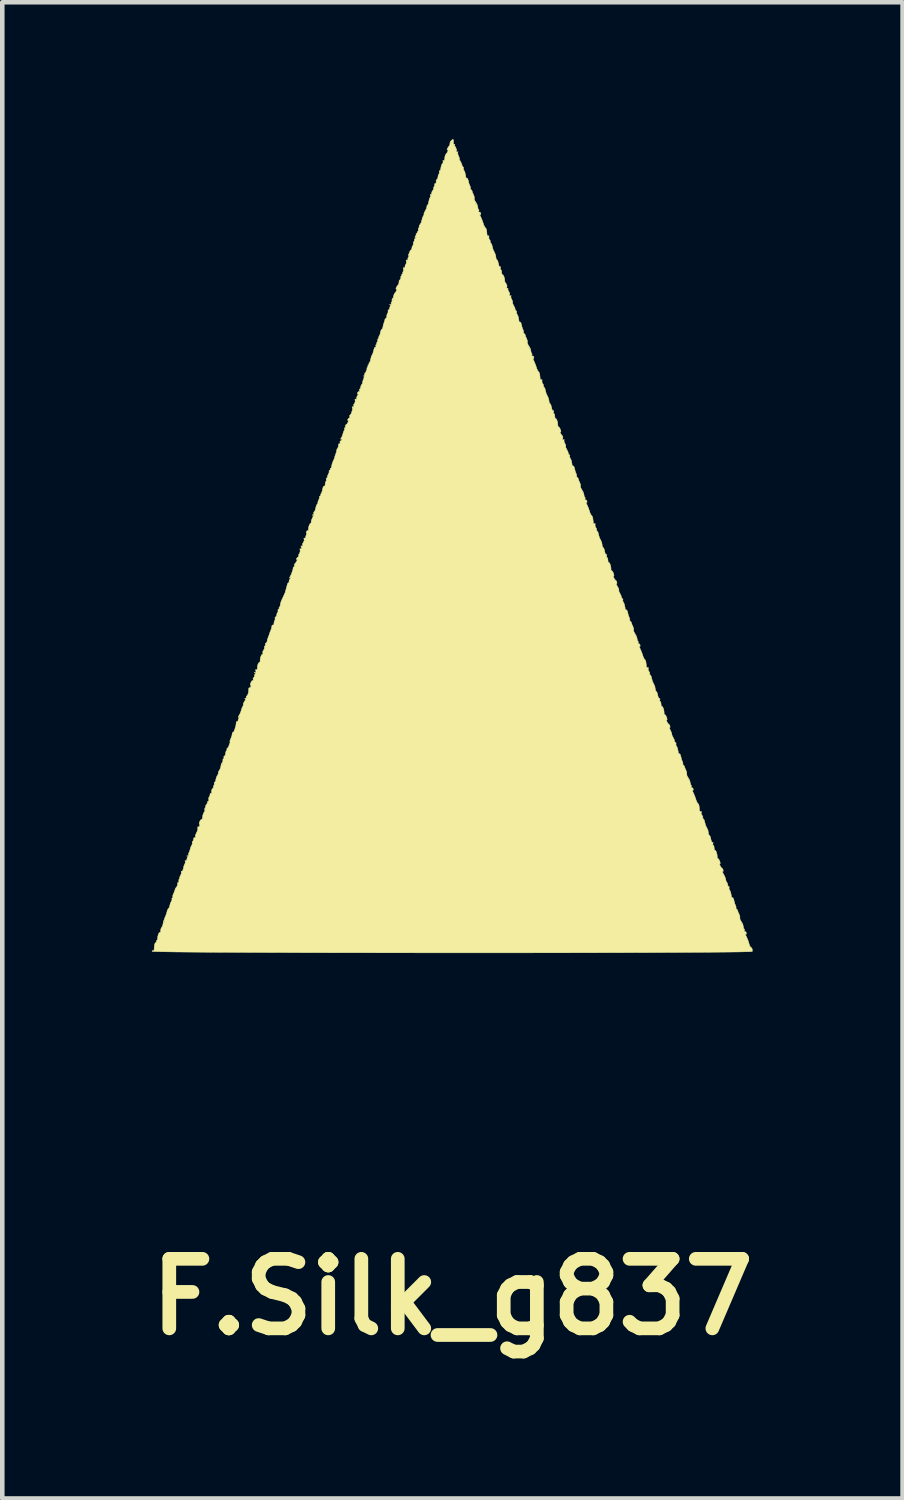
<source format=kicad_pcb>
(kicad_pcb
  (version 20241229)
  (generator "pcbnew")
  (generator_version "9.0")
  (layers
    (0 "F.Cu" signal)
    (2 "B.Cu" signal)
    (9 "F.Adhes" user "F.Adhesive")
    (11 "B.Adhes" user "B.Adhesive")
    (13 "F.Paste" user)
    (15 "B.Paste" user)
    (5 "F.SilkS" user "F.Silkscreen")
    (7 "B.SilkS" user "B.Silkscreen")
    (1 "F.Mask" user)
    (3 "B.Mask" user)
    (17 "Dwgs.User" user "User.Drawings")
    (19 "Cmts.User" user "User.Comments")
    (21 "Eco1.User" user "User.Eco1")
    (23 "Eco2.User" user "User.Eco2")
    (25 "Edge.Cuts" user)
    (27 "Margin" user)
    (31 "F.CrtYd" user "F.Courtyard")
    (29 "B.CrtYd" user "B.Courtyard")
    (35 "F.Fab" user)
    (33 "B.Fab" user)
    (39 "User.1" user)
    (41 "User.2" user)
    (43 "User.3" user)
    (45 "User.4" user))
  (footprint "F.Silk_g837"
    (layer "F.Cu")
    (at 6.865 25.373)
    (property "Reference" "F.Silk_g837" (at 0 0 0) (layer "F.SilkS") (effects (font (size 1.524 1.524) (thickness 0.3))))
    (attr through_hole)
    (fp_poly (pts (xy -5.8 -9.663) (xy -5.81 -9.652) (xy -5.821 -9.663) (xy -5.81 -9.673) (xy -5.8 -9.663)) (stroke (width 0.01) (type solid)) (fill yes) (layer "F.SilkS"))
    (fp_poly (pts (xy -4.53 -13.113) (xy -4.54 -13.102) (xy -4.551 -13.113) (xy -4.54 -13.123) (xy -4.53 -13.113)) (stroke (width 0.01) (type solid)) (fill yes) (layer "F.SilkS"))
    (fp_poly (pts (xy -4.318 -13.684) (xy -4.329 -13.674) (xy -4.339 -13.684) (xy -4.329 -13.695) (xy -4.318 -13.684)) (stroke (width 0.01) (type solid)) (fill yes) (layer "F.SilkS"))
    (fp_poly (pts (xy -3.048 -17.134) (xy -3.059 -17.124) (xy -3.069 -17.134) (xy -3.059 -17.145) (xy -3.048 -17.134)) (stroke (width 0.01) (type solid)) (fill yes) (layer "F.SilkS"))
    (fp_poly (pts (xy -2.349 -19.039) (xy -2.36 -19.029) (xy -2.371 -19.039) (xy -2.36 -19.05) (xy -2.349 -19.039)) (stroke (width 0.01) (type solid)) (fill yes) (layer "F.SilkS"))
    (fp_poly (pts (xy -1.926 -20.182) (xy -1.937 -20.172) (xy -1.947 -20.182) (xy -1.937 -20.193) (xy -1.926 -20.182)) (stroke (width 0.01) (type solid)) (fill yes) (layer "F.SilkS"))
    (fp_poly (pts (xy -1.355 -21.749) (xy -1.365 -21.738) (xy -1.376 -21.749) (xy -1.365 -21.759) (xy -1.355 -21.749)) (stroke (width 0.01) (type solid)) (fill yes) (layer "F.SilkS"))
    (fp_poly (pts (xy 0.023 -25.359) (xy 0.024 -25.313) (xy 0.022 -25.287) (xy 0.027 -25.26) (xy 0.04 -25.261) (xy 0.054 -25.26) (xy 0.05 -25.242) (xy 0.051 -25.215) (xy 0.062 -25.209) (xy 0.077 -25.197) (xy 0.074 -25.188) (xy 0.075 -25.169) (xy 0.081 -25.167) (xy 0.093 -25.15) (xy 0.09 -25.122) (xy 0.087 -25.09) (xy 0.104 -25.092) (xy 0.106 -25.093) (xy 0.124 -25.099) (xy 0.119 -25.086) (xy 0.117 -25.051) (xy 0.131 -25.014) (xy 0.149 -24.971) (xy 0.152 -24.948) (xy 0.158 -24.918) (xy 0.179 -24.88) (xy 0.204 -24.831) (xy 0.212 -24.797) (xy 0.224 -24.769) (xy 0.234 -24.765) (xy 0.246 -24.752) (xy 0.243 -24.743) (xy 0.243 -24.71) (xy 0.252 -24.694) (xy 0.275 -24.644) (xy 0.291 -24.571) (xy 0.295 -24.536) (xy 0.307 -24.518) (xy 0.316 -24.521) (xy 0.332 -24.511) (xy 0.347 -24.47) (xy 0.351 -24.453) (xy 0.365 -24.394) (xy 0.383 -24.352) (xy 0.386 -24.348) (xy 0.397 -24.314) (xy 0.393 -24.302) (xy 0.396 -24.278) (xy 0.403 -24.274) (xy 0.427 -24.249) (xy 0.431 -24.235) (xy 0.445 -24.193) (xy 0.463 -24.155) (xy 0.48 -24.107) (xy 0.479 -24.077) (xy 0.483 -24.042) (xy 0.509 -23.996) (xy 0.512 -23.992) (xy 0.543 -23.938) (xy 0.556 -23.885) (xy 0.562 -23.846) (xy 0.573 -23.834) (xy 0.582 -23.818) (xy 0.578 -23.798) (xy 0.575 -23.775) (xy 0.587 -23.777) (xy 0.609 -23.771) (xy 0.62 -23.749) (xy 0.621 -23.72) (xy 0.609 -23.72) (xy 0.596 -23.721) (xy 0.599 -23.713) (xy 0.616 -23.681) (xy 0.638 -23.629) (xy 0.658 -23.581) (xy 0.666 -23.558) (xy 0.689 -23.489) (xy 0.714 -23.441) (xy 0.725 -23.429) (xy 0.74 -23.41) (xy 0.75 -23.371) (xy 0.757 -23.302) (xy 0.759 -23.277) (xy 0.771 -23.251) (xy 0.787 -23.254) (xy 0.803 -23.255) (xy 0.798 -23.235) (xy 0.801 -23.192) (xy 0.815 -23.17) (xy 0.833 -23.14) (xy 0.83 -23.126) (xy 0.832 -23.105) (xy 0.842 -23.096) (xy 0.863 -23.065) (xy 0.875 -23.015) (xy 0.893 -22.95) (xy 0.918 -22.9) (xy 0.944 -22.841) (xy 0.953 -22.792) (xy 0.959 -22.749) (xy 0.973 -22.733) (xy 0.99 -22.714) (xy 1.004 -22.668) (xy 1.008 -22.649) (xy 1.021 -22.597) (xy 1.038 -22.577) (xy 1.043 -22.578) (xy 1.056 -22.574) (xy 1.053 -22.546) (xy 1.051 -22.515) (xy 1.06 -22.512) (xy 1.073 -22.502) (xy 1.079 -22.463) (xy 1.079 -22.458) (xy 1.085 -22.416) (xy 1.098 -22.403) (xy 1.099 -22.404) (xy 1.114 -22.393) (xy 1.131 -22.357) (xy 1.144 -22.311) (xy 1.148 -22.27) (xy 1.147 -22.261) (xy 1.156 -22.234) (xy 1.175 -22.211) (xy 1.197 -22.163) (xy 1.194 -22.135) (xy 1.191 -22.106) (xy 1.204 -22.107) (xy 1.219 -22.106) (xy 1.216 -22.092) (xy 1.221 -22.055) (xy 1.235 -22.037) (xy 1.256 -21.996) (xy 1.254 -21.967) (xy 1.251 -21.936) (xy 1.269 -21.939) (xy 1.27 -21.939) (xy 1.288 -21.945) (xy 1.283 -21.933) (xy 1.283 -21.899) (xy 1.301 -21.859) (xy 1.32 -21.818) (xy 1.32 -21.795) (xy 1.321 -21.77) (xy 1.341 -21.729) (xy 1.367 -21.68) (xy 1.376 -21.644) (xy 1.388 -21.615) (xy 1.398 -21.611) (xy 1.411 -21.598) (xy 1.407 -21.589) (xy 1.407 -21.556) (xy 1.416 -21.54) (xy 1.44 -21.491) (xy 1.456 -21.417) (xy 1.459 -21.382) (xy 1.472 -21.364) (xy 1.481 -21.367) (xy 1.497 -21.357) (xy 1.512 -21.316) (xy 1.515 -21.3) (xy 1.53 -21.241) (xy 1.547 -21.198) (xy 1.55 -21.194) (xy 1.561 -21.16) (xy 1.557 -21.148) (xy 1.56 -21.124) (xy 1.567 -21.12) (xy 1.591 -21.096) (xy 1.595 -21.082) (xy 1.609 -21.039) (xy 1.627 -21.001) (xy 1.644 -20.954) (xy 1.643 -20.923) (xy 1.648 -20.888) (xy 1.673 -20.842) (xy 1.676 -20.839) (xy 1.707 -20.784) (xy 1.72 -20.731) (xy 1.726 -20.692) (xy 1.738 -20.68) (xy 1.746 -20.664) (xy 1.742 -20.645) (xy 1.739 -20.621) (xy 1.751 -20.623) (xy 1.773 -20.618) (xy 1.784 -20.595) (xy 1.785 -20.566) (xy 1.773 -20.567) (xy 1.76 -20.567) (xy 1.764 -20.559) (xy 1.78 -20.527) (xy 1.802 -20.476) (xy 1.822 -20.427) (xy 1.83 -20.405) (xy 1.853 -20.335) (xy 1.878 -20.287) (xy 1.889 -20.275) (xy 1.904 -20.256) (xy 1.914 -20.217) (xy 1.922 -20.148) (xy 1.923 -20.123) (xy 1.936 -20.097) (xy 1.951 -20.1) (xy 1.967 -20.101) (xy 1.962 -20.081) (xy 1.965 -20.039) (xy 1.979 -20.016) (xy 1.997 -19.986) (xy 1.995 -19.972) (xy 1.996 -19.951) (xy 2.006 -19.942) (xy 2.027 -19.911) (xy 2.039 -19.861) (xy 2.057 -19.796) (xy 2.082 -19.746) (xy 2.108 -19.687) (xy 2.117 -19.638) (xy 2.123 -19.595) (xy 2.138 -19.579) (xy 2.154 -19.56) (xy 2.168 -19.514) (xy 2.172 -19.495) (xy 2.185 -19.443) (xy 2.202 -19.423) (xy 2.207 -19.424) (xy 2.221 -19.42) (xy 2.217 -19.392) (xy 2.215 -19.361) (xy 2.224 -19.358) (xy 2.238 -19.348) (xy 2.244 -19.309) (xy 2.244 -19.304) (xy 2.249 -19.262) (xy 2.262 -19.249) (xy 2.263 -19.25) (xy 2.279 -19.24) (xy 2.295 -19.203) (xy 2.308 -19.154) (xy 2.311 -19.108) (xy 2.31 -19.098) (xy 2.318 -19.073) (xy 2.325 -19.071) (xy 2.345 -19.053) (xy 2.367 -19.01) (xy 2.368 -19.007) (xy 2.379 -18.964) (xy 2.372 -18.955) (xy 2.368 -18.957) (xy 2.357 -18.955) (xy 2.369 -18.927) (xy 2.395 -18.887) (xy 2.411 -18.871) (xy 2.422 -18.844) (xy 2.418 -18.814) (xy 2.415 -18.782) (xy 2.433 -18.784) (xy 2.434 -18.785) (xy 2.452 -18.791) (xy 2.447 -18.779) (xy 2.447 -18.745) (xy 2.465 -18.705) (xy 2.485 -18.665) (xy 2.484 -18.642) (xy 2.485 -18.616) (xy 2.505 -18.575) (xy 2.531 -18.526) (xy 2.54 -18.49) (xy 2.552 -18.461) (xy 2.562 -18.457) (xy 2.575 -18.444) (xy 2.571 -18.435) (xy 2.571 -18.402) (xy 2.58 -18.386) (xy 2.604 -18.337) (xy 2.62 -18.263) (xy 2.623 -18.229) (xy 2.636 -18.211) (xy 2.645 -18.213) (xy 2.661 -18.203) (xy 2.676 -18.162) (xy 2.679 -18.146) (xy 2.694 -18.087) (xy 2.711 -18.045) (xy 2.714 -18.04) (xy 2.725 -18.006) (xy 2.722 -17.994) (xy 2.725 -17.97) (xy 2.732 -17.967) (xy 2.755 -17.942) (xy 2.759 -17.928) (xy 2.773 -17.886) (xy 2.791 -17.847) (xy 2.808 -17.8) (xy 2.807 -17.769) (xy 2.812 -17.734) (xy 2.838 -17.688) (xy 2.84 -17.685) (xy 2.871 -17.63) (xy 2.884 -17.578) (xy 2.89 -17.538) (xy 2.902 -17.526) (xy 2.911 -17.51) (xy 2.906 -17.491) (xy 2.903 -17.467) (xy 2.915 -17.469) (xy 2.937 -17.464) (xy 2.948 -17.441) (xy 2.95 -17.412) (xy 2.937 -17.413) (xy 2.924 -17.413) (xy 2.928 -17.405) (xy 2.944 -17.373) (xy 2.967 -17.322) (xy 2.987 -17.273) (xy 2.994 -17.251) (xy 3.017 -17.181) (xy 3.042 -17.133) (xy 3.054 -17.121) (xy 3.068 -17.102) (xy 3.078 -17.063) (xy 3.086 -16.994) (xy 3.088 -16.969) (xy 3.1 -16.943) (xy 3.115 -16.946) (xy 3.131 -16.947) (xy 3.127 -16.927) (xy 3.129 -16.885) (xy 3.143 -16.862) (xy 3.161 -16.832) (xy 3.159 -16.818) (xy 3.16 -16.797) (xy 3.17 -16.788) (xy 3.191 -16.757) (xy 3.204 -16.707) (xy 3.221 -16.642) (xy 3.246 -16.593) (xy 3.273 -16.534) (xy 3.281 -16.484) (xy 3.287 -16.442) (xy 3.302 -16.425) (xy 3.318 -16.407) (xy 3.333 -16.36) (xy 3.336 -16.341) (xy 3.35 -16.289) (xy 3.367 -16.269) (xy 3.371 -16.27) (xy 3.385 -16.266) (xy 3.381 -16.238) (xy 3.379 -16.207) (xy 3.389 -16.204) (xy 3.402 -16.195) (xy 3.408 -16.155) (xy 3.408 -16.15) (xy 3.413 -16.108) (xy 3.426 -16.095) (xy 3.427 -16.096) (xy 3.443 -16.086) (xy 3.459 -16.049) (xy 3.472 -16) (xy 3.476 -15.955) (xy 3.474 -15.944) (xy 3.482 -15.919) (xy 3.49 -15.917) (xy 3.51 -15.9) (xy 3.531 -15.856) (xy 3.532 -15.853) (xy 3.542 -15.811) (xy 3.535 -15.801) (xy 3.534 -15.802) (xy 3.527 -15.795) (xy 3.538 -15.761) (xy 3.538 -15.76) (xy 3.561 -15.721) (xy 3.578 -15.706) (xy 3.595 -15.688) (xy 3.604 -15.663) (xy 3.606 -15.634) (xy 3.592 -15.635) (xy 3.588 -15.629) (xy 3.603 -15.596) (xy 3.615 -15.575) (xy 3.641 -15.526) (xy 3.65 -15.493) (xy 3.648 -15.487) (xy 3.649 -15.462) (xy 3.67 -15.421) (xy 3.695 -15.372) (xy 3.704 -15.336) (xy 3.716 -15.307) (xy 3.727 -15.303) (xy 3.739 -15.29) (xy 3.735 -15.281) (xy 3.735 -15.248) (xy 3.744 -15.232) (xy 3.768 -15.183) (xy 3.784 -15.109) (xy 3.787 -15.075) (xy 3.8 -15.057) (xy 3.809 -15.059) (xy 3.825 -15.049) (xy 3.84 -15.009) (xy 3.843 -14.992) (xy 3.858 -14.933) (xy 3.875 -14.891) (xy 3.878 -14.886) (xy 3.889 -14.852) (xy 3.886 -14.841) (xy 3.889 -14.817) (xy 3.896 -14.813) (xy 3.919 -14.788) (xy 3.923 -14.774) (xy 3.937 -14.732) (xy 3.956 -14.693) (xy 3.972 -14.646) (xy 3.972 -14.615) (xy 3.976 -14.58) (xy 4.002 -14.534) (xy 4.004 -14.531) (xy 4.035 -14.476) (xy 4.048 -14.424) (xy 4.054 -14.385) (xy 4.066 -14.372) (xy 4.075 -14.356) (xy 4.07 -14.337) (xy 4.068 -14.313) (xy 4.079 -14.316) (xy 4.101 -14.31) (xy 4.113 -14.287) (xy 4.114 -14.258) (xy 4.101 -14.259) (xy 4.088 -14.26) (xy 4.092 -14.251) (xy 4.108 -14.219) (xy 4.131 -14.168) (xy 4.151 -14.119) (xy 4.159 -14.097) (xy 4.182 -14.027) (xy 4.206 -13.979) (xy 4.218 -13.967) (xy 4.232 -13.949) (xy 4.242 -13.91) (xy 4.25 -13.841) (xy 4.252 -13.815) (xy 4.264 -13.789) (xy 4.279 -13.792) (xy 4.295 -13.793) (xy 4.291 -13.773) (xy 4.293 -13.731) (xy 4.307 -13.709) (xy 4.326 -13.678) (xy 4.323 -13.664) (xy 4.324 -13.643) (xy 4.334 -13.634) (xy 4.355 -13.603) (xy 4.368 -13.553) (xy 4.385 -13.488) (xy 4.41 -13.439) (xy 4.437 -13.38) (xy 4.445 -13.33) (xy 4.452 -13.288) (xy 4.466 -13.271) (xy 4.482 -13.253) (xy 4.497 -13.206) (xy 4.5 -13.187) (xy 4.514 -13.135) (xy 4.531 -13.115) (xy 4.536 -13.116) (xy 4.549 -13.112) (xy 4.546 -13.084) (xy 4.543 -13.054) (xy 4.553 -13.05) (xy 4.566 -13.041) (xy 4.572 -13.001) (xy 4.572 -12.996) (xy 4.577 -12.955) (xy 4.59 -12.942) (xy 4.591 -12.942) (xy 4.607 -12.932) (xy 4.624 -12.896) (xy 4.636 -12.847) (xy 4.64 -12.801) (xy 4.639 -12.79) (xy 4.646 -12.766) (xy 4.654 -12.764) (xy 4.674 -12.746) (xy 4.695 -12.702) (xy 4.696 -12.699) (xy 4.707 -12.657) (xy 4.7 -12.647) (xy 4.698 -12.648) (xy 4.691 -12.641) (xy 4.702 -12.607) (xy 4.702 -12.606) (xy 4.725 -12.567) (xy 4.742 -12.552) (xy 4.759 -12.534) (xy 4.769 -12.509) (xy 4.77 -12.481) (xy 4.759 -12.48) (xy 4.754 -12.472) (xy 4.768 -12.438) (xy 4.776 -12.422) (xy 4.799 -12.371) (xy 4.809 -12.336) (xy 4.808 -12.332) (xy 4.815 -12.303) (xy 4.836 -12.264) (xy 4.86 -12.216) (xy 4.868 -12.182) (xy 4.88 -12.154) (xy 4.891 -12.15) (xy 4.903 -12.137) (xy 4.9 -12.128) (xy 4.899 -12.094) (xy 4.908 -12.078) (xy 4.932 -12.029) (xy 4.948 -11.956) (xy 4.951 -11.921) (xy 4.964 -11.903) (xy 4.973 -11.906) (xy 4.989 -11.895) (xy 5.004 -11.855) (xy 5.008 -11.838) (xy 5.022 -11.779) (xy 5.039 -11.737) (xy 5.042 -11.733) (xy 5.053 -11.698) (xy 5.05 -11.687) (xy 5.053 -11.663) (xy 5.06 -11.659) (xy 5.083 -11.634) (xy 5.087 -11.62) (xy 5.101 -11.578) (xy 5.12 -11.539) (xy 5.136 -11.492) (xy 5.136 -11.461) (xy 5.14 -11.426) (xy 5.166 -11.38) (xy 5.168 -11.377) (xy 5.2 -11.322) (xy 5.212 -11.27) (xy 5.219 -11.231) (xy 5.23 -11.218) (xy 5.239 -11.202) (xy 5.234 -11.183) (xy 5.232 -11.159) (xy 5.243 -11.162) (xy 5.265 -11.156) (xy 5.277 -11.133) (xy 5.278 -11.104) (xy 5.265 -11.105) (xy 5.252 -11.106) (xy 5.256 -11.098) (xy 5.272 -11.065) (xy 5.295 -11.014) (xy 5.315 -10.965) (xy 5.323 -10.943) (xy 5.346 -10.874) (xy 5.37 -10.825) (xy 5.382 -10.813) (xy 5.397 -10.795) (xy 5.407 -10.756) (xy 5.414 -10.687) (xy 5.416 -10.661) (xy 5.428 -10.636) (xy 5.443 -10.638) (xy 5.459 -10.639) (xy 5.455 -10.619) (xy 5.457 -10.577) (xy 5.471 -10.555) (xy 5.49 -10.524) (xy 5.487 -10.511) (xy 5.488 -10.489) (xy 5.499 -10.48) (xy 5.519 -10.45) (xy 5.532 -10.4) (xy 5.549 -10.334) (xy 5.574 -10.285) (xy 5.601 -10.226) (xy 5.609 -10.176) (xy 5.616 -10.134) (xy 5.63 -10.118) (xy 5.646 -10.099) (xy 5.661 -10.052) (xy 5.664 -10.033) (xy 5.678 -9.981) (xy 5.695 -9.961) (xy 5.7 -9.963) (xy 5.713 -9.958) (xy 5.71 -9.93) (xy 5.707 -9.9) (xy 5.717 -9.897) (xy 5.73 -9.887) (xy 5.736 -9.847) (xy 5.736 -9.842) (xy 5.741 -9.801) (xy 5.754 -9.788) (xy 5.756 -9.789) (xy 5.771 -9.779) (xy 5.788 -9.742) (xy 5.8 -9.693) (xy 5.804 -9.647) (xy 5.803 -9.636) (xy 5.81 -9.612) (xy 5.818 -9.61) (xy 5.838 -9.592) (xy 5.859 -9.549) (xy 5.86 -9.545) (xy 5.871 -9.504) (xy 5.864 -9.493) (xy 5.862 -9.494) (xy 5.855 -9.487) (xy 5.866 -9.453) (xy 5.866 -9.452) (xy 5.889 -9.413) (xy 5.906 -9.398) (xy 5.923 -9.38) (xy 5.933 -9.356) (xy 5.934 -9.326) (xy 5.92 -9.328) (xy 5.915 -9.321) (xy 5.93 -9.287) (xy 5.943 -9.263) (xy 5.973 -9.205) (xy 5.989 -9.155) (xy 5.99 -9.144) (xy 6 -9.104) (xy 6.011 -9.091) (xy 6.029 -9.061) (xy 6.032 -9.037) (xy 6.042 -9.003) (xy 6.055 -8.996) (xy 6.067 -8.983) (xy 6.064 -8.974) (xy 6.063 -8.94) (xy 6.073 -8.924) (xy 6.096 -8.875) (xy 6.112 -8.802) (xy 6.116 -8.767) (xy 6.128 -8.749) (xy 6.137 -8.752) (xy 6.153 -8.742) (xy 6.168 -8.701) (xy 6.172 -8.684) (xy 6.186 -8.625) (xy 6.203 -8.583) (xy 6.206 -8.579) (xy 6.218 -8.545) (xy 6.214 -8.533) (xy 6.217 -8.509) (xy 6.224 -8.505) (xy 6.247 -8.48) (xy 6.252 -8.466) (xy 6.265 -8.424) (xy 6.284 -8.386) (xy 6.301 -8.338) (xy 6.3 -8.308) (xy 6.304 -8.273) (xy 6.33 -8.227) (xy 6.333 -8.223) (xy 6.364 -8.169) (xy 6.376 -8.116) (xy 6.383 -8.077) (xy 6.394 -8.065) (xy 6.403 -8.049) (xy 6.399 -8.029) (xy 6.396 -8.005) (xy 6.407 -8.008) (xy 6.43 -8.002) (xy 6.441 -7.98) (xy 6.442 -7.95) (xy 6.429 -7.951) (xy 6.417 -7.952) (xy 6.42 -7.944) (xy 6.437 -7.91) (xy 6.459 -7.861) (xy 6.478 -7.814) (xy 6.489 -7.784) (xy 6.5 -7.746) (xy 6.507 -7.721) (xy 6.524 -7.679) (xy 6.541 -7.662) (xy 6.562 -7.645) (xy 6.574 -7.606) (xy 6.571 -7.571) (xy 6.549 -7.568) (xy 6.487 -7.565) (xy 6.386 -7.563) (xy 6.249 -7.56) (xy 6.077 -7.558) (xy 5.874 -7.556) (xy 5.639 -7.554) (xy 5.376 -7.552) (xy 5.087 -7.55) (xy 4.772 -7.549) (xy 4.435 -7.547) (xy 4.078 -7.546) (xy 3.701 -7.545) (xy 3.308 -7.544) (xy 2.9 -7.543) (xy 2.48 -7.542) (xy 2.048 -7.542) (xy 1.607 -7.541) (xy 1.159 -7.541) (xy 0.707 -7.541) (xy 0.251 -7.541) (xy -0.206 -7.541) (xy -0.662 -7.541) (xy -1.115 -7.542) (xy -1.564 -7.542) (xy -2.005 -7.543) (xy -2.438 -7.543) (xy -2.861 -7.544) (xy -3.27 -7.545) (xy -3.665 -7.547) (xy -4.044 -7.548) (xy -4.404 -7.549) (xy -4.744 -7.551) (xy -5.061 -7.552) (xy -5.353 -7.554) (xy -5.62 -7.556) (xy -5.858 -7.558) (xy -6.066 -7.56) (xy -6.241 -7.563) (xy -6.383 -7.565) (xy -6.488 -7.568) (xy -6.555 -7.57) (xy -6.582 -7.573) (xy -6.583 -7.574) (xy -6.571 -7.591) (xy -6.562 -7.588) (xy -6.542 -7.592) (xy -6.539 -7.603) (xy -6.533 -7.684) (xy -6.525 -7.732) (xy -6.514 -7.756) (xy -6.502 -7.763) (xy -6.486 -7.783) (xy -6.489 -7.791) (xy -6.487 -7.809) (xy -6.481 -7.811) (xy -6.465 -7.828) (xy -6.462 -7.848) (xy -6.457 -7.901) (xy -6.443 -7.951) (xy -6.424 -7.984) (xy -6.41 -7.988) (xy -6.396 -7.994) (xy -6.396 -8.017) (xy -6.389 -8.067) (xy -6.375 -8.091) (xy -6.35 -8.139) (xy -6.342 -8.174) (xy -6.341 -8.181) (xy 6.329 -8.181) (xy 6.339 -8.17) (xy 6.35 -8.181) (xy 6.339 -8.191) (xy 6.329 -8.181) (xy -6.341 -8.181) (xy -6.332 -8.223) (xy -6.329 -8.223) (xy -6.318 -8.213) (xy -6.308 -8.223) (xy -6.318 -8.234) (xy -6.329 -8.223) (xy -6.332 -8.223) (xy -6.331 -8.23) (xy -6.308 -8.296) (xy -6.281 -8.361) (xy -6.261 -8.416) (xy -6.253 -8.453) (xy -6.238 -8.494) (xy -6.225 -8.508) (xy -6.204 -8.539) (xy -6.194 -8.578) (xy -6.179 -8.633) (xy -6.161 -8.666) (xy -6.145 -8.702) (xy -6.148 -8.72) (xy -6.147 -8.74) (xy -6.138 -8.742) (xy -6.124 -8.755) (xy -6.127 -8.762) (xy -6.129 -8.795) (xy -6.119 -8.82) (xy -6.09 -8.889) (xy -6.072 -8.948) (xy -6.054 -8.975) (xy -6.04 -8.991) (xy -6.023 -9.03) (xy -6.025 -9.049) (xy -6.023 -9.076) (xy -6.011 -9.081) (xy -5.995 -9.096) (xy -5.997 -9.11) (xy -5.994 -9.149) (xy -5.984 -9.163) (xy -5.972 -9.183) (xy -5.977 -9.186) (xy -5.978 -9.201) (xy -5.961 -9.231) (xy -5.942 -9.277) (xy -5.942 -9.309) (xy -5.944 -9.33) (xy -5.932 -9.327) (xy -5.914 -9.336) (xy -5.898 -9.382) (xy -5.895 -9.398) (xy -5.882 -9.454) (xy -5.866 -9.49) (xy -5.862 -9.494) (xy -5.853 -9.52) (xy -5.857 -9.54) (xy -5.86 -9.563) (xy -5.846 -9.559) (xy -5.825 -9.561) (xy -5.821 -9.586) (xy -5.811 -9.628) (xy -5.798 -9.642) (xy -5.784 -9.671) (xy -5.786 -9.683) (xy -5.784 -9.72) (xy -5.778 -9.729) (xy -5.761 -9.762) (xy -5.749 -9.807) (xy -5.733 -9.862) (xy -5.714 -9.896) (xy -5.7 -9.931) (xy -5.703 -9.946) (xy -5.701 -9.974) (xy -5.694 -9.98) (xy -5.676 -10.01) (xy -5.673 -10.035) (xy -5.664 -10.065) (xy -5.648 -10.063) (xy -5.632 -10.061) (xy -5.635 -10.079) (xy -5.633 -10.118) (xy -5.611 -10.168) (xy -5.608 -10.173) (xy -5.583 -10.228) (xy -5.58 -10.273) (xy -5.58 -10.274) (xy -5.582 -10.301) (xy -5.572 -10.3) (xy -5.55 -10.307) (xy -5.539 -10.33) (xy -5.537 -10.359) (xy -5.546 -10.361) (xy -5.551 -10.37) (xy -5.542 -10.407) (xy -5.54 -10.413) (xy -5.519 -10.452) (xy -5.5 -10.465) (xy -5.499 -10.464) (xy -5.483 -10.471) (xy -5.481 -10.482) (xy -5.47 -10.556) (xy -5.451 -10.61) (xy -5.437 -10.628) (xy -5.424 -10.655) (xy -5.428 -10.667) (xy -5.429 -10.7) (xy -5.419 -10.7) (xy -5.408 -10.689) (xy -5.397 -10.7) (xy -5.408 -10.71) (xy -5.419 -10.7) (xy -5.429 -10.7) (xy -5.429 -10.701) (xy -5.418 -10.722) (xy -5.404 -10.747) (xy -5.409 -10.753) (xy -5.409 -10.766) (xy -5.39 -10.791) (xy -5.369 -10.826) (xy -5.369 -10.844) (xy -5.367 -10.857) (xy -5.356 -10.858) (xy -5.338 -10.875) (xy -5.34 -10.901) (xy -5.341 -10.94) (xy -5.332 -10.955) (xy -5.316 -10.984) (xy -5.313 -11.009) (xy -5.304 -11.038) (xy -5.289 -11.037) (xy -5.275 -11.039) (xy -5.279 -11.065) (xy -5.276 -11.113) (xy -5.261 -11.133) (xy -5.239 -11.162) (xy -5.239 -11.177) (xy -5.235 -11.202) (xy -5.229 -11.207) (xy -5.218 -11.235) (xy -5.221 -11.251) (xy -5.219 -11.278) (xy -5.209 -11.282) (xy -5.191 -11.3) (xy -5.186 -11.33) (xy -5.185 -11.335) (xy 5.165 -11.335) (xy 5.175 -11.324) (xy 5.186 -11.335) (xy 5.175 -11.345) (xy 5.165 -11.335) (xy -5.185 -11.335) (xy -5.174 -11.384) (xy -5.152 -11.427) (xy -5.131 -11.466) (xy -5.131 -11.488) (xy -5.128 -11.511) (xy -5.109 -11.539) (xy -5.082 -11.59) (xy -5.075 -11.63) (xy -5.066 -11.673) (xy -5.059 -11.673) (xy -5.048 -11.663) (xy -5.038 -11.673) (xy -5.048 -11.684) (xy -5.059 -11.673) (xy -5.066 -11.673) (xy -5.064 -11.68) (xy -5.047 -11.706) (xy -5.029 -11.742) (xy -5.031 -11.76) (xy -5.029 -11.786) (xy -5.019 -11.79) (xy -5.006 -11.805) (xy -5.009 -11.822) (xy -5.008 -11.849) (xy -4.998 -11.853) (xy -4.979 -11.871) (xy -4.974 -11.902) (xy -4.964 -11.952) (xy -4.949 -11.976) (xy -4.937 -11.997) (xy -4.943 -12.002) (xy -4.947 -12.011) (xy -4.936 -12.02) (xy -4.908 -12.053) (xy -4.903 -12.067) (xy -4.888 -12.112) (xy -4.881 -12.125) (xy -4.872 -12.156) (xy -4.876 -12.164) (xy -4.876 -12.189) (xy -4.858 -12.233) (xy -4.857 -12.236) (xy -4.835 -12.293) (xy -4.826 -12.34) (xy -4.819 -12.371) (xy -4.807 -12.373) (xy -4.793 -12.385) (xy -4.775 -12.425) (xy -4.757 -12.48) (xy -4.743 -12.537) (xy -4.739 -12.582) (xy -4.739 -12.591) (xy -4.732 -12.609) (xy -4.722 -12.606) (xy -4.703 -12.61) (xy -4.699 -12.631) (xy -4.685 -12.68) (xy -4.673 -12.699) (xy -4.657 -12.718) (xy -4.674 -12.711) (xy -4.678 -12.709) (xy -4.695 -12.703) (xy -4.688 -12.723) (xy -4.673 -12.747) (xy -4.643 -12.807) (xy -4.627 -12.859) (xy -4.611 -12.911) (xy -4.594 -12.942) (xy -4.582 -12.971) (xy -4.585 -12.981) (xy -4.582 -13.005) (xy -4.56 -13.047) (xy -4.552 -13.058) (xy -4.525 -13.106) (xy -4.517 -13.14) (xy -4.519 -13.144) (xy -4.519 -13.164) (xy -4.512 -13.166) (xy -4.492 -13.184) (xy -4.475 -13.229) (xy -4.465 -13.283) (xy -4.465 -13.321) (xy -4.46 -13.348) (xy -4.449 -13.348) (xy -4.428 -13.355) (xy -4.418 -13.378) (xy -4.416 -13.407) (xy -4.424 -13.409) (xy -4.43 -13.418) (xy -4.42 -13.455) (xy -4.418 -13.461) (xy -4.396 -13.5) (xy -4.375 -13.511) (xy -4.374 -13.51) (xy -4.362 -13.514) (xy -4.367 -13.533) (xy -4.369 -13.562) (xy -4.36 -13.568) (xy -4.343 -13.586) (xy -4.339 -13.609) (xy -4.329 -13.65) (xy -4.317 -13.664) (xy -4.305 -13.692) (xy -4.309 -13.72) (xy -4.313 -13.75) (xy -4.297 -13.748) (xy -4.278 -13.749) (xy -4.276 -13.772) (xy -4.273 -13.824) (xy -4.259 -13.873) (xy -4.238 -13.904) (xy -4.23 -13.906) (xy -4.214 -13.923) (xy -4.214 -13.933) (xy -4.213 -13.979) (xy -4.201 -14.029) (xy -4.184 -14.069) (xy -4.166 -14.084) (xy -4.164 -14.083) (xy -4.151 -14.085) (xy -4.156 -14.106) (xy -4.154 -14.151) (xy -4.139 -14.173) (xy -4.119 -14.212) (xy -4.12 -14.235) (xy -4.119 -14.262) (xy -4.109 -14.266) (xy -4.096 -14.282) (xy -4.099 -14.298) (xy -4.098 -14.325) (xy -4.087 -14.33) (xy -4.066 -14.347) (xy -4.064 -14.36) (xy -4.056 -14.401) (xy -4.04 -14.45) (xy -4.025 -14.489) (xy 4 -14.489) (xy 4.011 -14.478) (xy 4.022 -14.489) (xy 4.011 -14.499) (xy 4 -14.489) (xy -4.025 -14.489) (xy -4.02 -14.5) (xy -4.01 -14.531) (xy -3.999 -14.564) (xy -3.979 -14.614) (xy -3.978 -14.616) (xy -3.961 -14.669) (xy -3.956 -14.707) (xy -3.956 -14.708) (xy -3.949 -14.725) (xy -3.938 -14.722) (xy -3.918 -14.726) (xy -3.913 -14.741) (xy -3.908 -14.792) (xy -3.899 -14.817) (xy -3.891 -14.828) (xy -3.884 -14.857) (xy -3.888 -14.872) (xy -3.886 -14.898) (xy -3.876 -14.901) (xy -3.857 -14.919) (xy -3.852 -14.942) (xy -3.843 -14.983) (xy -3.832 -14.996) (xy -3.821 -15.024) (xy -3.824 -15.04) (xy -3.822 -15.066) (xy -3.811 -15.071) (xy -3.796 -15.084) (xy -3.799 -15.092) (xy -3.8 -15.111) (xy -3.795 -15.113) (xy -3.78 -15.131) (xy -3.772 -15.168) (xy -3.759 -15.229) (xy -3.738 -15.279) (xy -3.668 -15.432) (xy -3.63 -15.566) (xy -3.628 -15.574) (xy -3.615 -15.627) (xy -3.599 -15.65) (xy -3.593 -15.649) (xy -3.58 -15.653) (xy -3.582 -15.666) (xy -3.578 -15.703) (xy -3.559 -15.736) (xy -3.541 -15.761) (xy -3.553 -15.76) (xy -3.57 -15.753) (xy -3.564 -15.773) (xy -3.554 -15.793) (xy -3.532 -15.836) (xy -3.522 -15.859) (xy -3.514 -15.886) (xy -3.504 -15.914) (xy -3.503 -15.917) (xy -3.493 -15.952) (xy -3.493 -15.954) (xy -3.49 -15.986) (xy -3.476 -16.001) (xy -3.47 -16.002) (xy -3.458 -16.015) (xy -3.462 -16.026) (xy -3.464 -16.056) (xy -3.458 -16.063) (xy -3.437 -16.086) (xy -3.415 -16.12) (xy -3.401 -16.15) (xy -3.401 -16.164) (xy -3.406 -16.162) (xy -3.42 -16.163) (xy -3.416 -16.181) (xy -3.394 -16.21) (xy -3.383 -16.214) (xy -3.369 -16.229) (xy -3.371 -16.24) (xy -3.365 -16.276) (xy -3.353 -16.292) (xy -3.337 -16.332) (xy -3.339 -16.365) (xy -3.342 -16.397) (xy -3.325 -16.394) (xy -3.324 -16.394) (xy -3.307 -16.391) (xy -3.311 -16.421) (xy -3.313 -16.425) (xy -3.319 -16.458) (xy -3.304 -16.458) (xy -3.301 -16.456) (xy -3.282 -16.453) (xy -3.287 -16.473) (xy -3.283 -16.513) (xy -3.269 -16.533) (xy -3.248 -16.574) (xy -3.251 -16.6) (xy -3.254 -16.63) (xy -3.241 -16.628) (xy -3.221 -16.632) (xy -3.217 -16.653) (xy -3.204 -16.702) (xy -3.191 -16.721) (xy -3.178 -16.739) (xy -3.189 -16.735) (xy -3.205 -16.738) (xy -3.202 -16.764) (xy -3.186 -16.792) (xy -3.171 -16.793) (xy -3.156 -16.798) (xy -3.156 -16.81) (xy -3.154 -16.854) (xy -3.141 -16.904) (xy -3.122 -16.943) (xy -3.107 -16.954) (xy -3.094 -16.97) (xy -3.096 -16.981) (xy -3.092 -17.015) (xy -3.071 -17.067) (xy -3.065 -17.078) (xy -3.043 -17.128) (xy -3.038 -17.165) (xy -3.04 -17.17) (xy -3.038 -17.199) (xy -3.028 -17.208) (xy -3.009 -17.238) (xy -2.995 -17.29) (xy -2.995 -17.294) (xy -2.981 -17.347) (xy -2.96 -17.38) (xy -2.959 -17.381) (xy -2.943 -17.396) (xy -2.948 -17.399) (xy -2.951 -17.415) (xy -2.936 -17.454) (xy -2.933 -17.46) (xy -2.915 -17.505) (xy -2.914 -17.533) (xy -2.915 -17.534) (xy -2.912 -17.546) (xy -2.902 -17.547) (xy -2.886 -17.559) (xy -2.888 -17.567) (xy -2.886 -17.594) (xy -2.881 -17.599) (xy -2.865 -17.626) (xy -2.86 -17.642) (xy 2.836 -17.642) (xy 2.847 -17.632) (xy 2.857 -17.642) (xy 2.847 -17.653) (xy 2.836 -17.642) (xy -2.86 -17.642) (xy -2.85 -17.678) (xy -2.847 -17.696) (xy -2.834 -17.745) (xy -2.819 -17.769) (xy -2.813 -17.768) (xy -2.795 -17.774) (xy -2.791 -17.789) (xy -2.786 -17.84) (xy -2.778 -17.865) (xy -2.769 -17.876) (xy -2.762 -17.905) (xy -2.766 -17.92) (xy -2.763 -17.946) (xy -2.753 -17.949) (xy -2.737 -17.961) (xy -2.739 -17.967) (xy -2.737 -17.997) (xy -2.722 -18.025) (xy -2.703 -18.067) (xy -2.703 -18.091) (xy -2.699 -18.116) (xy -2.689 -18.119) (xy -2.674 -18.132) (xy -2.678 -18.14) (xy -2.676 -18.159) (xy -2.668 -18.161) (xy -2.651 -18.179) (xy -2.646 -18.209) (xy -2.636 -18.262) (xy -2.614 -18.317) (xy -2.592 -18.364) (xy -2.582 -18.394) (xy -2.582 -18.395) (xy -2.575 -18.425) (xy -2.558 -18.472) (xy -2.541 -18.522) (xy -2.537 -18.556) (xy -2.526 -18.589) (xy -2.519 -18.595) (xy -2.503 -18.624) (xy -2.498 -18.661) (xy -2.49 -18.698) (xy -2.473 -18.699) (xy -2.457 -18.698) (xy -2.462 -18.718) (xy -2.465 -18.748) (xy -2.457 -18.754) (xy -2.435 -18.771) (xy -2.426 -18.787) (xy -2.424 -18.808) (xy -2.44 -18.804) (xy -2.454 -18.799) (xy -2.438 -18.822) (xy -2.414 -18.868) (xy -2.4 -18.915) (xy -2.383 -18.97) (xy -2.364 -19.005) (xy -2.346 -19.051) (xy -2.346 -19.074) (xy -2.343 -19.107) (xy -2.333 -19.113) (xy -2.311 -19.131) (xy -2.289 -19.168) (xy -2.278 -19.202) (xy -2.285 -19.209) (xy -2.286 -19.209) (xy -2.298 -19.212) (xy -2.294 -19.229) (xy -2.272 -19.258) (xy -2.26 -19.262) (xy -2.248 -19.277) (xy -2.251 -19.292) (xy -2.25 -19.322) (xy -2.241 -19.329) (xy -2.219 -19.354) (xy -2.215 -19.368) (xy -2.201 -19.413) (xy -2.195 -19.424) (xy -2.189 -19.463) (xy -2.194 -19.485) (xy -2.199 -19.511) (xy -2.18 -19.505) (xy -2.161 -19.5) (xy -2.165 -19.521) (xy -2.162 -19.562) (xy -2.149 -19.578) (xy -2.131 -19.616) (xy -2.133 -19.647) (xy -2.136 -19.678) (xy -2.118 -19.675) (xy -2.117 -19.675) (xy -2.098 -19.671) (xy -2.101 -19.687) (xy -2.096 -19.725) (xy -2.077 -19.757) (xy -2.06 -19.782) (xy -2.067 -19.784) (xy -2.083 -19.786) (xy -2.081 -19.812) (xy -2.063 -19.84) (xy -2.047 -19.84) (xy -2.034 -19.842) (xy -2.038 -19.861) (xy -2.04 -19.891) (xy -2.031 -19.897) (xy -2.015 -19.914) (xy -2.011 -19.938) (xy -2.001 -19.978) (xy -1.989 -19.992) (xy -1.971 -20.022) (xy -1.971 -20.031) (xy -1.966 -20.066) (xy -1.948 -20.117) (xy -1.947 -20.119) (xy -1.929 -20.175) (xy -1.924 -20.219) (xy -1.917 -20.251) (xy -1.905 -20.257) (xy -1.891 -20.269) (xy -1.894 -20.278) (xy -1.893 -20.297) (xy -1.886 -20.299) (xy -1.873 -20.314) (xy -1.875 -20.328) (xy -1.873 -20.363) (xy -1.864 -20.372) (xy -1.85 -20.398) (xy -1.853 -20.406) (xy -1.849 -20.424) (xy -1.841 -20.426) (xy -1.827 -20.438) (xy -1.83 -20.445) (xy -1.828 -20.469) (xy -1.822 -20.472) (xy -1.806 -20.495) (xy -1.793 -20.544) (xy -1.792 -20.549) (xy -1.779 -20.605) (xy -1.761 -20.643) (xy -1.76 -20.644) (xy -1.743 -20.681) (xy -1.727 -20.738) (xy -1.725 -20.748) (xy -1.71 -20.796) (xy 1.672 -20.796) (xy 1.683 -20.786) (xy 1.693 -20.796) (xy 1.683 -20.807) (xy 1.672 -20.796) (xy -1.71 -20.796) (xy -1.71 -20.799) (xy -1.691 -20.815) (xy -1.687 -20.814) (xy -1.674 -20.815) (xy -1.678 -20.835) (xy -1.68 -20.864) (xy -1.67 -20.87) (xy -1.658 -20.883) (xy -1.661 -20.89) (xy -1.658 -20.917) (xy -1.65 -20.924) (xy -1.636 -20.953) (xy -1.638 -20.968) (xy -1.636 -20.994) (xy -1.626 -20.997) (xy -1.612 -21.006) (xy -1.616 -21.011) (xy -1.616 -21.037) (xy -1.607 -21.053) (xy -1.587 -21.094) (xy -1.578 -21.138) (xy -1.565 -21.184) (xy -1.548 -21.205) (xy -1.528 -21.23) (xy -1.524 -21.252) (xy -1.516 -21.3) (xy -1.499 -21.35) (xy -1.483 -21.398) (xy -1.478 -21.426) (xy -1.466 -21.441) (xy -1.461 -21.442) (xy -1.444 -21.46) (xy -1.439 -21.494) (xy -1.432 -21.538) (xy -1.419 -21.558) (xy -1.408 -21.585) (xy -1.411 -21.601) (xy -1.409 -21.628) (xy -1.399 -21.632) (xy -1.38 -21.65) (xy -1.376 -21.673) (xy -1.365 -21.714) (xy -1.353 -21.728) (xy -1.339 -21.757) (xy -1.342 -21.772) (xy -1.342 -21.798) (xy -1.333 -21.802) (xy -1.322 -21.817) (xy -1.325 -21.831) (xy -1.323 -21.855) (xy -1.312 -21.855) (xy -1.302 -21.844) (xy -1.291 -21.855) (xy -1.302 -21.865) (xy -1.312 -21.855) (xy -1.323 -21.855) (xy -1.323 -21.866) (xy -1.314 -21.875) (xy -1.295 -21.906) (xy -1.291 -21.928) (xy -1.277 -21.977) (xy -1.264 -21.996) (xy -1.239 -22.029) (xy -1.221 -22.063) (xy -1.217 -22.087) (xy -1.228 -22.087) (xy -1.239 -22.09) (xy -1.233 -22.115) (xy -1.214 -22.15) (xy -1.191 -22.18) (xy -1.171 -22.217) (xy -1.172 -22.237) (xy -1.169 -22.257) (xy -1.164 -22.257) (xy -1.154 -22.246) (xy -1.143 -22.257) (xy -1.154 -22.267) (xy -1.164 -22.257) (xy -1.169 -22.257) (xy -1.167 -22.271) (xy -1.151 -22.29) (xy -1.13 -22.325) (xy -1.131 -22.345) (xy -1.129 -22.37) (xy -1.12 -22.373) (xy -1.108 -22.386) (xy -1.111 -22.394) (xy -1.109 -22.414) (xy -1.101 -22.416) (xy -1.086 -22.428) (xy -1.089 -22.435) (xy -1.087 -22.463) (xy -1.082 -22.467) (xy -1.071 -22.494) (xy -1.074 -22.525) (xy -1.077 -22.556) (xy -1.06 -22.554) (xy -1.059 -22.553) (xy -1.04 -22.55) (xy -1.041 -22.566) (xy -1.037 -22.604) (xy -1.025 -22.621) (xy -1.009 -22.661) (xy -1.011 -22.694) (xy -1.014 -22.725) (xy -0.996 -22.723) (xy -0.995 -22.723) (xy -0.976 -22.719) (xy -0.979 -22.735) (xy -0.974 -22.773) (xy -0.955 -22.805) (xy -0.936 -22.832) (xy -0.948 -22.83) (xy -0.95 -22.829) (xy -0.97 -22.822) (xy -0.962 -22.841) (xy -0.942 -22.887) (xy -0.938 -22.902) (xy -0.921 -22.935) (xy -0.911 -22.941) (xy -0.892 -22.965) (xy -0.889 -22.988) (xy -0.879 -23.027) (xy -0.867 -23.04) (xy -0.856 -23.066) (xy -0.859 -23.074) (xy -0.858 -23.105) (xy -0.846 -23.126) (xy -0.832 -23.151) (xy -0.837 -23.156) (xy -0.837 -23.17) (xy -0.813 -23.202) (xy -0.813 -23.202) (xy -0.792 -23.23) (xy -0.801 -23.232) (xy -0.804 -23.23) (xy -0.825 -23.221) (xy -0.815 -23.238) (xy -0.81 -23.244) (xy -0.794 -23.277) (xy -0.797 -23.291) (xy -0.795 -23.303) (xy -0.785 -23.305) (xy -0.77 -23.317) (xy -0.773 -23.326) (xy -0.77 -23.345) (xy -0.761 -23.347) (xy -0.746 -23.362) (xy -0.748 -23.378) (xy -0.748 -23.412) (xy -0.74 -23.422) (xy -0.728 -23.446) (xy -0.73 -23.452) (xy -0.726 -23.48) (xy -0.711 -23.501) (xy -0.686 -23.542) (xy -0.67 -23.599) (xy -0.655 -23.656) (xy -0.634 -23.697) (xy -0.62 -23.722) (xy -0.624 -23.728) (xy -0.624 -23.744) (xy -0.606 -23.784) (xy -0.595 -23.804) (xy -0.569 -23.855) (xy -0.559 -23.891) (xy -0.561 -23.897) (xy -0.556 -23.919) (xy -0.55 -23.922) (xy -0.533 -23.946) (xy -0.532 -23.95) (xy 0.508 -23.95) (xy 0.519 -23.939) (xy 0.529 -23.95) (xy 0.519 -23.961) (xy 0.508 -23.95) (xy -0.532 -23.95) (xy -0.52 -23.994) (xy -0.519 -24.001) (xy -0.507 -24.056) (xy -0.491 -24.092) (xy -0.49 -24.093) (xy -0.478 -24.129) (xy -0.482 -24.147) (xy -0.483 -24.168) (xy -0.47 -24.164) (xy -0.453 -24.163) (xy -0.457 -24.179) (xy -0.452 -24.216) (xy -0.434 -24.244) (xy -0.412 -24.278) (xy -0.412 -24.298) (xy -0.409 -24.325) (xy -0.401 -24.332) (xy -0.387 -24.361) (xy -0.39 -24.377) (xy -0.39 -24.397) (xy -0.381 -24.394) (xy -0.364 -24.401) (xy -0.355 -24.436) (xy -0.357 -24.474) (xy -0.344 -24.489) (xy -0.339 -24.49) (xy -0.323 -24.508) (xy -0.318 -24.542) (xy -0.31 -24.586) (xy -0.297 -24.606) (xy -0.286 -24.633) (xy -0.289 -24.649) (xy -0.289 -24.676) (xy -0.281 -24.68) (xy -0.261 -24.697) (xy -0.259 -24.707) (xy -0.249 -24.769) (xy -0.232 -24.821) (xy -0.213 -24.846) (xy -0.213 -24.846) (xy -0.202 -24.868) (xy -0.206 -24.886) (xy -0.208 -24.909) (xy -0.194 -24.905) (xy -0.175 -24.909) (xy -0.169 -24.952) (xy -0.169 -24.953) (xy -0.161 -25.008) (xy -0.142 -25.044) (xy -0.117 -25.077) (xy -0.099 -25.111) (xy -0.095 -25.135) (xy -0.106 -25.135) (xy -0.117 -25.138) (xy -0.111 -25.163) (xy -0.093 -25.198) (xy -0.071 -25.226) (xy -0.053 -25.263) (xy -0.055 -25.28) (xy -0.05 -25.305) (xy -0.042 -25.305) (xy -0.032 -25.294) (xy -0.021 -25.305) (xy -0.032 -25.315) (xy -0.042 -25.305) (xy -0.05 -25.305) (xy -0.048 -25.313) (xy -0.022 -25.346) (xy 0.009 -25.368) (xy 0.023 -25.359)) (stroke (width 0.01) (type solid)) (fill yes) (layer "F.SilkS")))
  (gr_rect
    (start -3 -3)
    (end 16.731 29.791)
    (stroke (width 0.1) (type default))
    (fill no)
    (layer "Edge.Cuts")))
</source>
